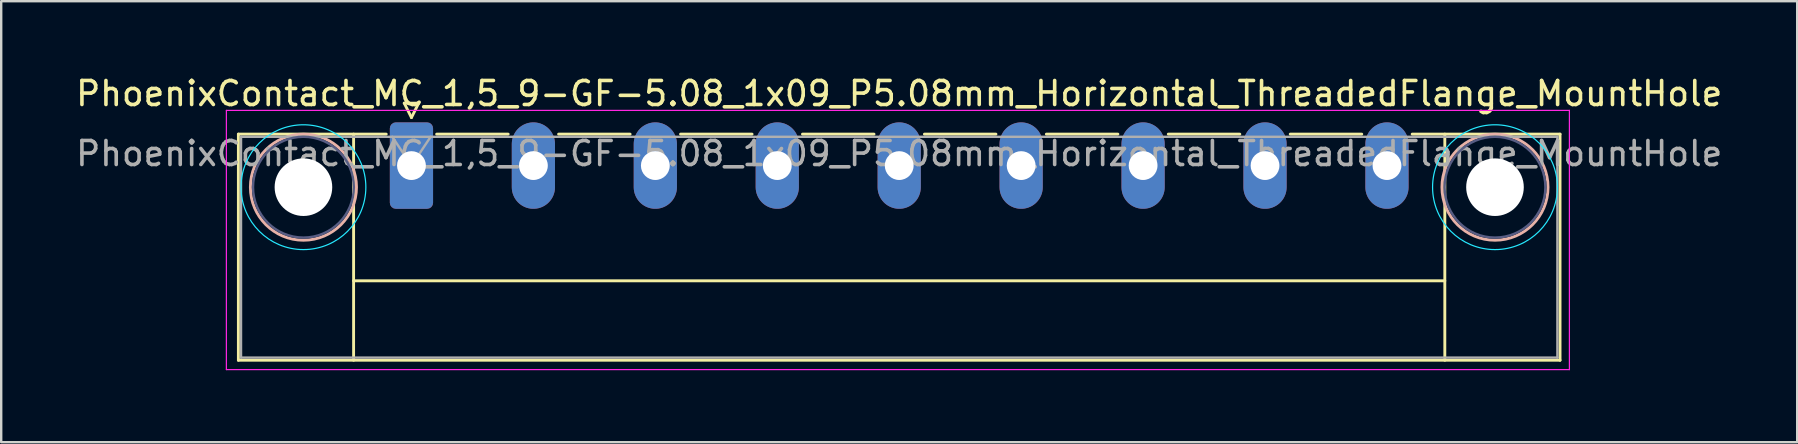
<source format=kicad_pcb>
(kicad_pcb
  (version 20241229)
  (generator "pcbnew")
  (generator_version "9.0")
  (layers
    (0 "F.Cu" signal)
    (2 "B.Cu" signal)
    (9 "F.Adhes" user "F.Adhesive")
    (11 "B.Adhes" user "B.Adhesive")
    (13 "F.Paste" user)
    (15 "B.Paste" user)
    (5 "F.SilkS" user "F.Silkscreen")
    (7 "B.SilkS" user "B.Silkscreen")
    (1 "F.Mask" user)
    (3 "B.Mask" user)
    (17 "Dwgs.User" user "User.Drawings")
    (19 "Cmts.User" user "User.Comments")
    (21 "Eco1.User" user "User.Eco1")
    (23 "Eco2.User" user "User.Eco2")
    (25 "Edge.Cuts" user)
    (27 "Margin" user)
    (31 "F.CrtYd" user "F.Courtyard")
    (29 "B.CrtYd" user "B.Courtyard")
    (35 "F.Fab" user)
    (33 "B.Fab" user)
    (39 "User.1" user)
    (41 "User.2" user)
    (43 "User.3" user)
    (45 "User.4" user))
  (footprint "PhoenixContact_MC_1,5_9-GF-5.08_1x09_P5.08mm_Horizontal_ThreadedFlange_MountHole"
    (layer "F.Cu")
    (at 14.091 3.848)
    (property "Reference" "PhoenixContact_MC_1,5_9-GF-5.08_1x09_P5.08mm_Horizontal_ThreadedFlange_MountHole" (at 20.32 -3 0) (layer "F.SilkS") (effects (font (size 1 1) (thickness 0.15))))
    (attr through_hole)
    (fp_line (start -7.21 -1.31) (end -7.21 8.11) (stroke (width 0.12) (type solid)) (layer "F.SilkS"))
    (fp_line (start -7.21 -1.31) (end -1.05 -1.31) (stroke (width 0.12) (type solid)) (layer "F.SilkS"))
    (fp_line (start -7.21 8.11) (end 47.85 8.11) (stroke (width 0.12) (type solid)) (layer "F.SilkS"))
    (fp_line (start -2.41 -1.31) (end -2.41 8.11) (stroke (width 0.12) (type solid)) (layer "F.SilkS"))
    (fp_line (start -2.41 4.8) (end 43.05 4.8) (stroke (width 0.12) (type solid)) (layer "F.SilkS"))
    (fp_line (start -0.3 -2.6) (end 0.3 -2.6) (stroke (width 0.12) (type solid)) (layer "F.SilkS"))
    (fp_line (start 0 -2) (end -0.3 -2.6) (stroke (width 0.12) (type solid)) (layer "F.SilkS"))
    (fp_line (start 0.3 -2.6) (end 0 -2) (stroke (width 0.12) (type solid)) (layer "F.SilkS"))
    (fp_line (start 1.05 -1.31) (end 4.03 -1.31) (stroke (width 0.12) (type solid)) (layer "F.SilkS"))
    (fp_line (start 6.13 -1.31) (end 9.11 -1.31) (stroke (width 0.12) (type solid)) (layer "F.SilkS"))
    (fp_line (start 11.21 -1.31) (end 14.19 -1.31) (stroke (width 0.12) (type solid)) (layer "F.SilkS"))
    (fp_line (start 16.29 -1.31) (end 19.27 -1.31) (stroke (width 0.12) (type solid)) (layer "F.SilkS"))
    (fp_line (start 21.37 -1.31) (end 24.35 -1.31) (stroke (width 0.12) (type solid)) (layer "F.SilkS"))
    (fp_line (start 26.45 -1.31) (end 29.43 -1.31) (stroke (width 0.12) (type solid)) (layer "F.SilkS"))
    (fp_line (start 31.53 -1.31) (end 34.51 -1.31) (stroke (width 0.12) (type solid)) (layer "F.SilkS"))
    (fp_line (start 36.61 -1.31) (end 39.59 -1.31) (stroke (width 0.12) (type solid)) (layer "F.SilkS"))
    (fp_line (start 43.05 -1.31) (end 43.05 8.11) (stroke (width 0.12) (type solid)) (layer "F.SilkS"))
    (fp_line (start 47.85 -1.31) (end 41.69 -1.31) (stroke (width 0.12) (type solid)) (layer "F.SilkS"))
    (fp_line (start 47.85 8.11) (end 47.85 -1.31) (stroke (width 0.12) (type solid)) (layer "F.SilkS"))
    (fp_circle (center -4.5 0.9) (end -2.29 0.9) (stroke (width 0.12) (type solid)) (fill no) (layer "B.SilkS"))
    (fp_circle (center 45.14 0.9) (end 47.35 0.9) (stroke (width 0.12) (type solid)) (fill no) (layer "B.SilkS"))
    (fp_circle (center -4.5 0.9) (end -1.9 0.9) (stroke (width 0.05) (type solid)) (fill no) (layer "B.CrtYd"))
    (fp_circle (center 45.14 0.9) (end 47.74 0.9) (stroke (width 0.05) (type solid)) (fill no) (layer "B.CrtYd"))
    (fp_line (start -7.71 -2.3) (end -7.71 8.5) (stroke (width 0.05) (type solid)) (layer "F.CrtYd"))
    (fp_line (start -7.71 8.5) (end 48.24 8.5) (stroke (width 0.05) (type solid)) (layer "F.CrtYd"))
    (fp_line (start 48.24 -2.3) (end -7.71 -2.3) (stroke (width 0.05) (type solid)) (layer "F.CrtYd"))
    (fp_line (start 48.24 8.5) (end 48.24 -2.3) (stroke (width 0.05) (type solid)) (layer "F.CrtYd"))
    (fp_circle (center -4.5 0.9) (end -2.4 0.9) (stroke (width 0.1) (type solid)) (fill no) (layer "B.Fab"))
    (fp_circle (center 45.14 0.9) (end 47.24 0.9) (stroke (width 0.1) (type solid)) (fill no) (layer "B.Fab"))
    (fp_line (start -7.1 -1.2) (end -7.1 8) (stroke (width 0.1) (type solid)) (layer "F.Fab"))
    (fp_line (start -7.1 8) (end 47.74 8) (stroke (width 0.1) (type solid)) (layer "F.Fab"))
    (fp_line (start 0 0) (end -0.8 -1.2) (stroke (width 0.1) (type solid)) (layer "F.Fab"))
    (fp_line (start 0.8 -1.2) (end 0 0) (stroke (width 0.1) (type solid)) (layer "F.Fab"))
    (fp_line (start 47.74 -1.2) (end -7.1 -1.2) (stroke (width 0.1) (type solid)) (layer "F.Fab"))
    (fp_line (start 47.74 8) (end 47.74 -1.2) (stroke (width 0.1) (type solid)) (layer "F.Fab"))
    (fp_text user "${REFERENCE}" (at 20.32 -0.5 0) (layer "F.Fab") (effects (font (size 1 1) (thickness 0.15))))
    (pad "" np_thru_hole circle (at -4.5 0.9) (size 2.4 2.4) (drill 2.4) (layers "*.Cu" "*.Mask"))
    (pad "" np_thru_hole circle (at 45.14 0.9) (size 2.4 2.4) (drill 2.4) (layers "*.Cu" "*.Mask"))
    (pad "1" thru_hole roundrect (at 0 0) (size 1.8 3.6) (drill 1.2) (layers "*.Cu" "*.Mask") (roundrect_rratio 0.139))
    (pad "2" thru_hole oval (at 5.08 0) (size 1.8 3.6) (drill 1.2) (layers "*.Cu" "*.Mask"))
    (pad "3" thru_hole oval (at 10.16 0) (size 1.8 3.6) (drill 1.2) (layers "*.Cu" "*.Mask"))
    (pad "4" thru_hole oval (at 15.24 0) (size 1.8 3.6) (drill 1.2) (layers "*.Cu" "*.Mask"))
    (pad "5" thru_hole oval (at 20.32 0) (size 1.8 3.6) (drill 1.2) (layers "*.Cu" "*.Mask"))
    (pad "6" thru_hole oval (at 25.4 0) (size 1.8 3.6) (drill 1.2) (layers "*.Cu" "*.Mask"))
    (pad "7" thru_hole oval (at 30.48 0) (size 1.8 3.6) (drill 1.2) (layers "*.Cu" "*.Mask"))
    (pad "8" thru_hole oval (at 35.56 0) (size 1.8 3.6) (drill 1.2) (layers "*.Cu" "*.Mask"))
    (pad "9" thru_hole oval (at 40.64 0) (size 1.8 3.6) (drill 1.2) (layers "*.Cu" "*.Mask")))
  (gr_rect
    (start -3 -3)
    (end 71.821 15.373)
    (stroke (width 0.1) (type default))
    (fill no)
    (layer "Edge.Cuts")))
</source>
